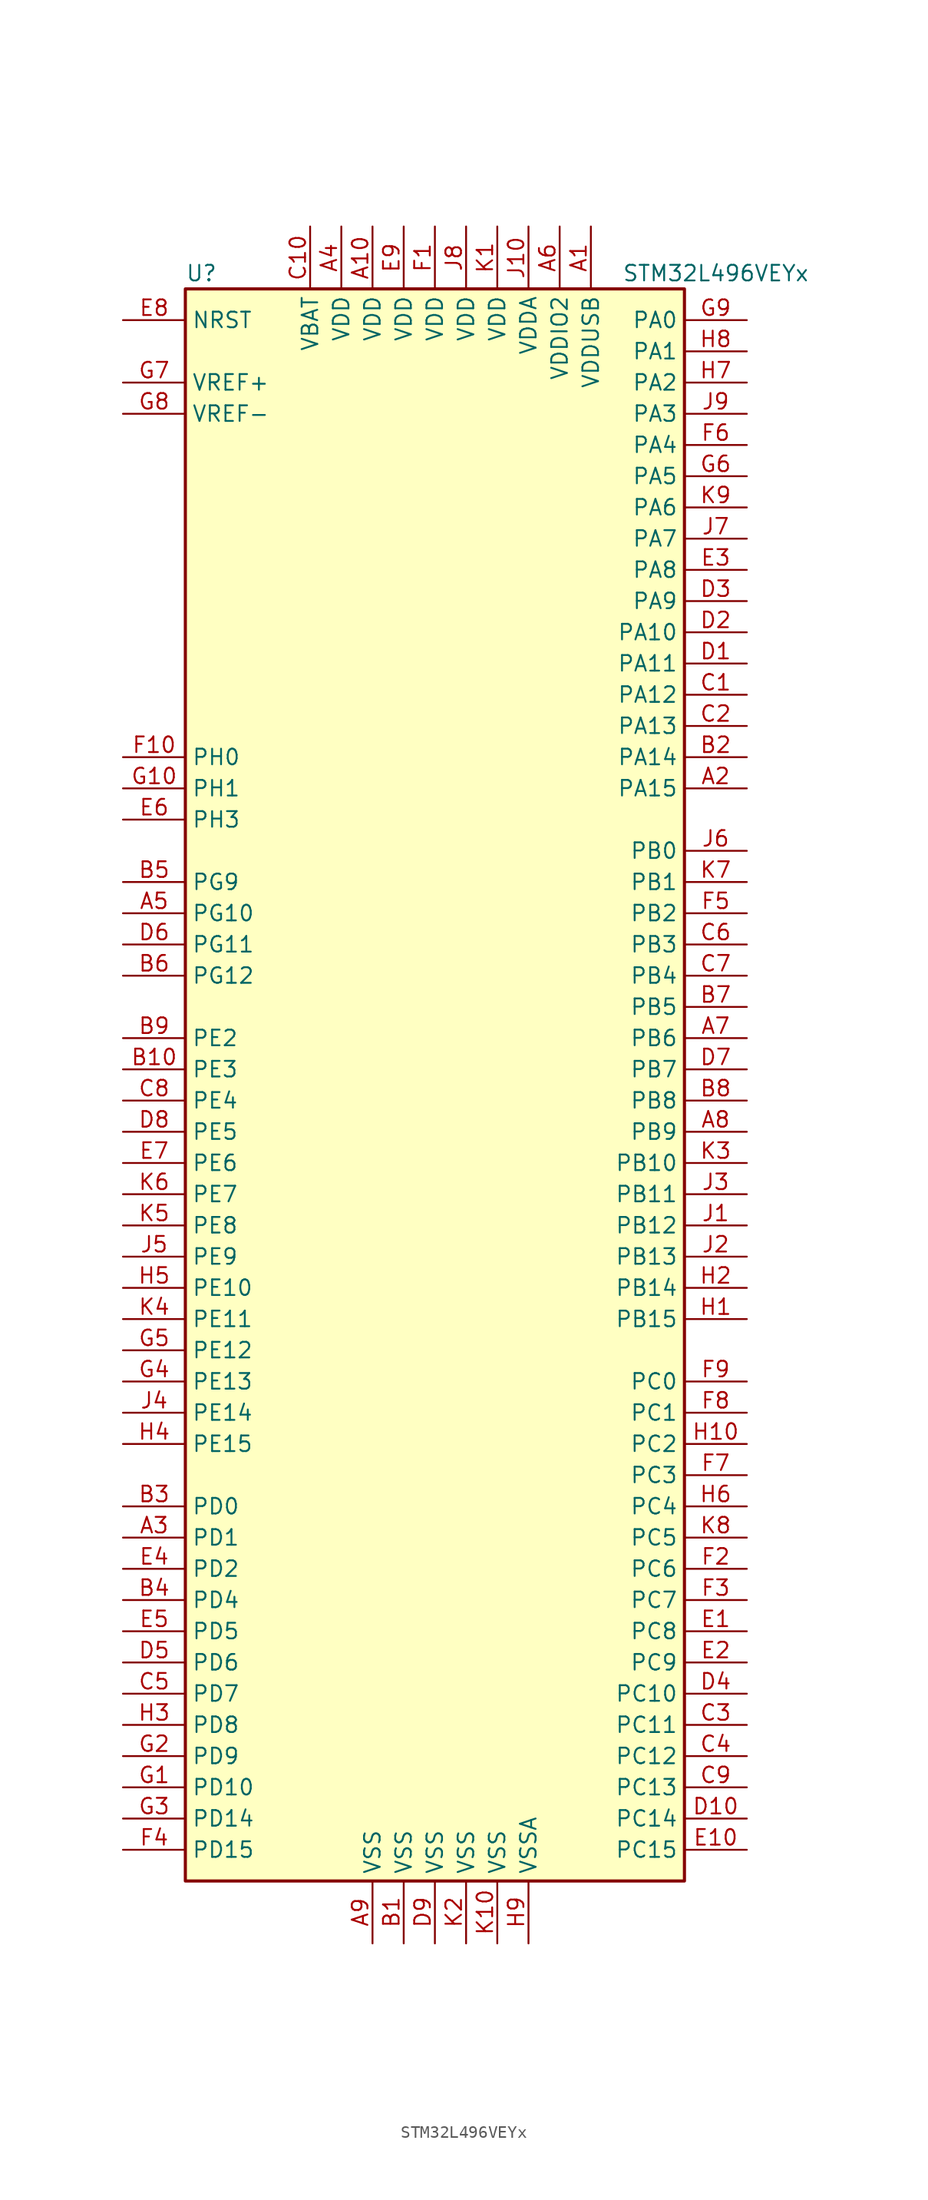
<source format=kicad_sym>
(kicad_symbol_lib
  (version 20201005)
  (generator kicad_symbol_editor)
  (symbol "MCU_ST_STM32L4:STM32L496VEYx"
    (property "Reference" "U"
      (at -20.32 64.77 0)
      (effects (font (size 1.27 1.27)) (justify left)))
    (property "Value" "STM32L496VEYx"
      (at 15.24 64.77 0)
      (effects (font (size 1.27 1.27)) (justify left)))
    (symbol "STM32L496VEYx_0_1"
      (rectangle (start -20.32 -66.04) (end 20.32 63.5) (stroke (width 0.254)) (fill (type background))))
    (symbol "STM32L496VEYx_1_1"
      (pin power_in line (at 12.7 68.58 270) (length 5.08) (name "VDDUSB" (effects (font (size 1.27 1.27)))) (number "A1" (effects (font (size 1.27 1.27)))))
      (pin power_in line (at -5.08 68.58 270) (length 5.08) (name "VDD" (effects (font (size 1.27 1.27)))) (number "A10" (effects (font (size 1.27 1.27)))))
      (pin bidirectional line (at 25.4 22.86 180) (length 5.08) (name "PA15" (effects (font (size 1.27 1.27)))) (number "A2" (effects (font (size 1.27 1.27)))))
      (pin bidirectional line (at -25.4 -38.1 0) (length 5.08) (name "PD1" (effects (font (size 1.27 1.27)))) (number "A3" (effects (font (size 1.27 1.27)))))
      (pin power_in line (at -7.62 68.58 270) (length 5.08) (name "VDD" (effects (font (size 1.27 1.27)))) (number "A4" (effects (font (size 1.27 1.27)))))
      (pin bidirectional line (at -25.4 12.7 0) (length 5.08) (name "PG10" (effects (font (size 1.27 1.27)))) (number "A5" (effects (font (size 1.27 1.27)))))
      (pin power_in line (at 10.16 68.58 270) (length 5.08) (name "VDDIO2" (effects (font (size 1.27 1.27)))) (number "A6" (effects (font (size 1.27 1.27)))))
      (pin bidirectional line (at 25.4 2.54 180) (length 5.08) (name "PB6" (effects (font (size 1.27 1.27)))) (number "A7" (effects (font (size 1.27 1.27)))))
      (pin bidirectional line (at 25.4 -5.08 180) (length 5.08) (name "PB9" (effects (font (size 1.27 1.27)))) (number "A8" (effects (font (size 1.27 1.27)))))
      (pin power_in line (at -5.08 -71.12 90) (length 5.08) (name "VSS" (effects (font (size 1.27 1.27)))) (number "A9" (effects (font (size 1.27 1.27)))))
      (pin power_in line (at -2.54 -71.12 90) (length 5.08) (name "VSS" (effects (font (size 1.27 1.27)))) (number "B1" (effects (font (size 1.27 1.27)))))
      (pin bidirectional line (at -25.4 0 0) (length 5.08) (name "PE3" (effects (font (size 1.27 1.27)))) (number "B10" (effects (font (size 1.27 1.27)))))
      (pin bidirectional line (at 25.4 25.4 180) (length 5.08) (name "PA14" (effects (font (size 1.27 1.27)))) (number "B2" (effects (font (size 1.27 1.27)))))
      (pin bidirectional line (at -25.4 -35.56 0) (length 5.08) (name "PD0" (effects (font (size 1.27 1.27)))) (number "B3" (effects (font (size 1.27 1.27)))))
      (pin bidirectional line (at -25.4 -43.18 0) (length 5.08) (name "PD4" (effects (font (size 1.27 1.27)))) (number "B4" (effects (font (size 1.27 1.27)))))
      (pin bidirectional line (at -25.4 15.24 0) (length 5.08) (name "PG9" (effects (font (size 1.27 1.27)))) (number "B5" (effects (font (size 1.27 1.27)))))
      (pin bidirectional line (at -25.4 7.62 0) (length 5.08) (name "PG12" (effects (font (size 1.27 1.27)))) (number "B6" (effects (font (size 1.27 1.27)))))
      (pin bidirectional line (at 25.4 5.08 180) (length 5.08) (name "PB5" (effects (font (size 1.27 1.27)))) (number "B7" (effects (font (size 1.27 1.27)))))
      (pin bidirectional line (at 25.4 -2.54 180) (length 5.08) (name "PB8" (effects (font (size 1.27 1.27)))) (number "B8" (effects (font (size 1.27 1.27)))))
      (pin bidirectional line (at -25.4 2.54 0) (length 5.08) (name "PE2" (effects (font (size 1.27 1.27)))) (number "B9" (effects (font (size 1.27 1.27)))))
      (pin bidirectional line (at 25.4 30.48 180) (length 5.08) (name "PA12" (effects (font (size 1.27 1.27)))) (number "C1" (effects (font (size 1.27 1.27)))))
      (pin power_in line (at -10.16 68.58 270) (length 5.08) (name "VBAT" (effects (font (size 1.27 1.27)))) (number "C10" (effects (font (size 1.27 1.27)))))
      (pin bidirectional line (at 25.4 27.94 180) (length 5.08) (name "PA13" (effects (font (size 1.27 1.27)))) (number "C2" (effects (font (size 1.27 1.27)))))
      (pin bidirectional line (at 25.4 -53.34 180) (length 5.08) (name "PC11" (effects (font (size 1.27 1.27)))) (number "C3" (effects (font (size 1.27 1.27)))))
      (pin bidirectional line (at 25.4 -55.88 180) (length 5.08) (name "PC12" (effects (font (size 1.27 1.27)))) (number "C4" (effects (font (size 1.27 1.27)))))
      (pin bidirectional line (at -25.4 -50.8 0) (length 5.08) (name "PD7" (effects (font (size 1.27 1.27)))) (number "C5" (effects (font (size 1.27 1.27)))))
      (pin bidirectional line (at 25.4 10.16 180) (length 5.08) (name "PB3" (effects (font (size 1.27 1.27)))) (number "C6" (effects (font (size 1.27 1.27)))))
      (pin bidirectional line (at 25.4 7.62 180) (length 5.08) (name "PB4" (effects (font (size 1.27 1.27)))) (number "C7" (effects (font (size 1.27 1.27)))))
      (pin bidirectional line (at -25.4 -2.54 0) (length 5.08) (name "PE4" (effects (font (size 1.27 1.27)))) (number "C8" (effects (font (size 1.27 1.27)))))
      (pin bidirectional line (at 25.4 -58.42 180) (length 5.08) (name "PC13" (effects (font (size 1.27 1.27)))) (number "C9" (effects (font (size 1.27 1.27)))))
      (pin bidirectional line (at 25.4 33.02 180) (length 5.08) (name "PA11" (effects (font (size 1.27 1.27)))) (number "D1" (effects (font (size 1.27 1.27)))))
      (pin bidirectional line (at 25.4 -60.96 180) (length 5.08) (name "PC14" (effects (font (size 1.27 1.27)))) (number "D10" (effects (font (size 1.27 1.27)))))
      (pin bidirectional line (at 25.4 35.56 180) (length 5.08) (name "PA10" (effects (font (size 1.27 1.27)))) (number "D2" (effects (font (size 1.27 1.27)))))
      (pin bidirectional line (at 25.4 38.1 180) (length 5.08) (name "PA9" (effects (font (size 1.27 1.27)))) (number "D3" (effects (font (size 1.27 1.27)))))
      (pin bidirectional line (at 25.4 -50.8 180) (length 5.08) (name "PC10" (effects (font (size 1.27 1.27)))) (number "D4" (effects (font (size 1.27 1.27)))))
      (pin bidirectional line (at -25.4 -48.26 0) (length 5.08) (name "PD6" (effects (font (size 1.27 1.27)))) (number "D5" (effects (font (size 1.27 1.27)))))
      (pin bidirectional line (at -25.4 10.16 0) (length 5.08) (name "PG11" (effects (font (size 1.27 1.27)))) (number "D6" (effects (font (size 1.27 1.27)))))
      (pin bidirectional line (at 25.4 0 180) (length 5.08) (name "PB7" (effects (font (size 1.27 1.27)))) (number "D7" (effects (font (size 1.27 1.27)))))
      (pin bidirectional line (at -25.4 -5.08 0) (length 5.08) (name "PE5" (effects (font (size 1.27 1.27)))) (number "D8" (effects (font (size 1.27 1.27)))))
      (pin power_in line (at 0 -71.12 90) (length 5.08) (name "VSS" (effects (font (size 1.27 1.27)))) (number "D9" (effects (font (size 1.27 1.27)))))
      (pin bidirectional line (at 25.4 -45.72 180) (length 5.08) (name "PC8" (effects (font (size 1.27 1.27)))) (number "E1" (effects (font (size 1.27 1.27)))))
      (pin bidirectional line (at 25.4 -63.5 180) (length 5.08) (name "PC15" (effects (font (size 1.27 1.27)))) (number "E10" (effects (font (size 1.27 1.27)))))
      (pin bidirectional line (at 25.4 -48.26 180) (length 5.08) (name "PC9" (effects (font (size 1.27 1.27)))) (number "E2" (effects (font (size 1.27 1.27)))))
      (pin bidirectional line (at 25.4 40.64 180) (length 5.08) (name "PA8" (effects (font (size 1.27 1.27)))) (number "E3" (effects (font (size 1.27 1.27)))))
      (pin bidirectional line (at -25.4 -40.64 0) (length 5.08) (name "PD2" (effects (font (size 1.27 1.27)))) (number "E4" (effects (font (size 1.27 1.27)))))
      (pin bidirectional line (at -25.4 -45.72 0) (length 5.08) (name "PD5" (effects (font (size 1.27 1.27)))) (number "E5" (effects (font (size 1.27 1.27)))))
      (pin bidirectional line (at -25.4 20.32 0) (length 5.08) (name "PH3" (effects (font (size 1.27 1.27)))) (number "E6" (effects (font (size 1.27 1.27)))))
      (pin bidirectional line (at -25.4 -7.62 0) (length 5.08) (name "PE6" (effects (font (size 1.27 1.27)))) (number "E7" (effects (font (size 1.27 1.27)))))
      (pin input line (at -25.4 60.96 0) (length 5.08) (name "NRST" (effects (font (size 1.27 1.27)))) (number "E8" (effects (font (size 1.27 1.27)))))
      (pin power_in line (at -2.54 68.58 270) (length 5.08) (name "VDD" (effects (font (size 1.27 1.27)))) (number "E9" (effects (font (size 1.27 1.27)))))
      (pin power_in line (at 0 68.58 270) (length 5.08) (name "VDD" (effects (font (size 1.27 1.27)))) (number "F1" (effects (font (size 1.27 1.27)))))
      (pin input line (at -25.4 25.4 0) (length 5.08) (name "PH0" (effects (font (size 1.27 1.27)))) (number "F10" (effects (font (size 1.27 1.27)))))
      (pin bidirectional line (at 25.4 -40.64 180) (length 5.08) (name "PC6" (effects (font (size 1.27 1.27)))) (number "F2" (effects (font (size 1.27 1.27)))))
      (pin bidirectional line (at 25.4 -43.18 180) (length 5.08) (name "PC7" (effects (font (size 1.27 1.27)))) (number "F3" (effects (font (size 1.27 1.27)))))
      (pin bidirectional line (at -25.4 -63.5 0) (length 5.08) (name "PD15" (effects (font (size 1.27 1.27)))) (number "F4" (effects (font (size 1.27 1.27)))))
      (pin bidirectional line (at 25.4 12.7 180) (length 5.08) (name "PB2" (effects (font (size 1.27 1.27)))) (number "F5" (effects (font (size 1.27 1.27)))))
      (pin bidirectional line (at 25.4 50.8 180) (length 5.08) (name "PA4" (effects (font (size 1.27 1.27)))) (number "F6" (effects (font (size 1.27 1.27)))))
      (pin bidirectional line (at 25.4 -33.02 180) (length 5.08) (name "PC3" (effects (font (size 1.27 1.27)))) (number "F7" (effects (font (size 1.27 1.27)))))
      (pin bidirectional line (at 25.4 -27.94 180) (length 5.08) (name "PC1" (effects (font (size 1.27 1.27)))) (number "F8" (effects (font (size 1.27 1.27)))))
      (pin bidirectional line (at 25.4 -25.4 180) (length 5.08) (name "PC0" (effects (font (size 1.27 1.27)))) (number "F9" (effects (font (size 1.27 1.27)))))
      (pin bidirectional line (at -25.4 -58.42 0) (length 5.08) (name "PD10" (effects (font (size 1.27 1.27)))) (number "G1" (effects (font (size 1.27 1.27)))))
      (pin input line (at -25.4 22.86 0) (length 5.08) (name "PH1" (effects (font (size 1.27 1.27)))) (number "G10" (effects (font (size 1.27 1.27)))))
      (pin bidirectional line (at -25.4 -55.88 0) (length 5.08) (name "PD9" (effects (font (size 1.27 1.27)))) (number "G2" (effects (font (size 1.27 1.27)))))
      (pin bidirectional line (at -25.4 -60.96 0) (length 5.08) (name "PD14" (effects (font (size 1.27 1.27)))) (number "G3" (effects (font (size 1.27 1.27)))))
      (pin bidirectional line (at -25.4 -25.4 0) (length 5.08) (name "PE13" (effects (font (size 1.27 1.27)))) (number "G4" (effects (font (size 1.27 1.27)))))
      (pin bidirectional line (at -25.4 -22.86 0) (length 5.08) (name "PE12" (effects (font (size 1.27 1.27)))) (number "G5" (effects (font (size 1.27 1.27)))))
      (pin bidirectional line (at 25.4 48.26 180) (length 5.08) (name "PA5" (effects (font (size 1.27 1.27)))) (number "G6" (effects (font (size 1.27 1.27)))))
      (pin bidirectional line (at -25.4 55.88 0) (length 5.08) (name "VREF+" (effects (font (size 1.27 1.27)))) (number "G7" (effects (font (size 1.27 1.27)))))
      (pin power_in line (at -25.4 53.34 0) (length 5.08) (name "VREF-" (effects (font (size 1.27 1.27)))) (number "G8" (effects (font (size 1.27 1.27)))))
      (pin bidirectional line (at 25.4 60.96 180) (length 5.08) (name "PA0" (effects (font (size 1.27 1.27)))) (number "G9" (effects (font (size 1.27 1.27)))))
      (pin bidirectional line (at 25.4 -20.32 180) (length 5.08) (name "PB15" (effects (font (size 1.27 1.27)))) (number "H1" (effects (font (size 1.27 1.27)))))
      (pin bidirectional line (at 25.4 -30.48 180) (length 5.08) (name "PC2" (effects (font (size 1.27 1.27)))) (number "H10" (effects (font (size 1.27 1.27)))))
      (pin bidirectional line (at 25.4 -17.78 180) (length 5.08) (name "PB14" (effects (font (size 1.27 1.27)))) (number "H2" (effects (font (size 1.27 1.27)))))
      (pin bidirectional line (at -25.4 -53.34 0) (length 5.08) (name "PD8" (effects (font (size 1.27 1.27)))) (number "H3" (effects (font (size 1.27 1.27)))))
      (pin bidirectional line (at -25.4 -30.48 0) (length 5.08) (name "PE15" (effects (font (size 1.27 1.27)))) (number "H4" (effects (font (size 1.27 1.27)))))
      (pin bidirectional line (at -25.4 -17.78 0) (length 5.08) (name "PE10" (effects (font (size 1.27 1.27)))) (number "H5" (effects (font (size 1.27 1.27)))))
      (pin bidirectional line (at 25.4 -35.56 180) (length 5.08) (name "PC4" (effects (font (size 1.27 1.27)))) (number "H6" (effects (font (size 1.27 1.27)))))
      (pin bidirectional line (at 25.4 55.88 180) (length 5.08) (name "PA2" (effects (font (size 1.27 1.27)))) (number "H7" (effects (font (size 1.27 1.27)))))
      (pin bidirectional line (at 25.4 58.42 180) (length 5.08) (name "PA1" (effects (font (size 1.27 1.27)))) (number "H8" (effects (font (size 1.27 1.27)))))
      (pin power_in line (at 7.62 -71.12 90) (length 5.08) (name "VSSA" (effects (font (size 1.27 1.27)))) (number "H9" (effects (font (size 1.27 1.27)))))
      (pin bidirectional line (at 25.4 -12.7 180) (length 5.08) (name "PB12" (effects (font (size 1.27 1.27)))) (number "J1" (effects (font (size 1.27 1.27)))))
      (pin power_in line (at 7.62 68.58 270) (length 5.08) (name "VDDA" (effects (font (size 1.27 1.27)))) (number "J10" (effects (font (size 1.27 1.27)))))
      (pin bidirectional line (at 25.4 -15.24 180) (length 5.08) (name "PB13" (effects (font (size 1.27 1.27)))) (number "J2" (effects (font (size 1.27 1.27)))))
      (pin bidirectional line (at 25.4 -10.16 180) (length 5.08) (name "PB11" (effects (font (size 1.27 1.27)))) (number "J3" (effects (font (size 1.27 1.27)))))
      (pin bidirectional line (at -25.4 -27.94 0) (length 5.08) (name "PE14" (effects (font (size 1.27 1.27)))) (number "J4" (effects (font (size 1.27 1.27)))))
      (pin bidirectional line (at -25.4 -15.24 0) (length 5.08) (name "PE9" (effects (font (size 1.27 1.27)))) (number "J5" (effects (font (size 1.27 1.27)))))
      (pin bidirectional line (at 25.4 17.78 180) (length 5.08) (name "PB0" (effects (font (size 1.27 1.27)))) (number "J6" (effects (font (size 1.27 1.27)))))
      (pin bidirectional line (at 25.4 43.18 180) (length 5.08) (name "PA7" (effects (font (size 1.27 1.27)))) (number "J7" (effects (font (size 1.27 1.27)))))
      (pin power_in line (at 2.54 68.58 270) (length 5.08) (name "VDD" (effects (font (size 1.27 1.27)))) (number "J8" (effects (font (size 1.27 1.27)))))
      (pin bidirectional line (at 25.4 53.34 180) (length 5.08) (name "PA3" (effects (font (size 1.27 1.27)))) (number "J9" (effects (font (size 1.27 1.27)))))
      (pin power_in line (at 5.08 68.58 270) (length 5.08) (name "VDD" (effects (font (size 1.27 1.27)))) (number "K1" (effects (font (size 1.27 1.27)))))
      (pin power_in line (at 5.08 -71.12 90) (length 5.08) (name "VSS" (effects (font (size 1.27 1.27)))) (number "K10" (effects (font (size 1.27 1.27)))))
      (pin power_in line (at 2.54 -71.12 90) (length 5.08) (name "VSS" (effects (font (size 1.27 1.27)))) (number "K2" (effects (font (size 1.27 1.27)))))
      (pin bidirectional line (at 25.4 -7.62 180) (length 5.08) (name "PB10" (effects (font (size 1.27 1.27)))) (number "K3" (effects (font (size 1.27 1.27)))))
      (pin bidirectional line (at -25.4 -20.32 0) (length 5.08) (name "PE11" (effects (font (size 1.27 1.27)))) (number "K4" (effects (font (size 1.27 1.27)))))
      (pin bidirectional line (at -25.4 -12.7 0) (length 5.08) (name "PE8" (effects (font (size 1.27 1.27)))) (number "K5" (effects (font (size 1.27 1.27)))))
      (pin bidirectional line (at -25.4 -10.16 0) (length 5.08) (name "PE7" (effects (font (size 1.27 1.27)))) (number "K6" (effects (font (size 1.27 1.27)))))
      (pin bidirectional line (at 25.4 15.24 180) (length 5.08) (name "PB1" (effects (font (size 1.27 1.27)))) (number "K7" (effects (font (size 1.27 1.27)))))
      (pin bidirectional line (at 25.4 -38.1 180) (length 5.08) (name "PC5" (effects (font (size 1.27 1.27)))) (number "K8" (effects (font (size 1.27 1.27)))))
      (pin bidirectional line (at 25.4 45.72 180) (length 5.08) (name "PA6" (effects (font (size 1.27 1.27)))) (number "K9" (effects (font (size 1.27 1.27))))))))
</source>
